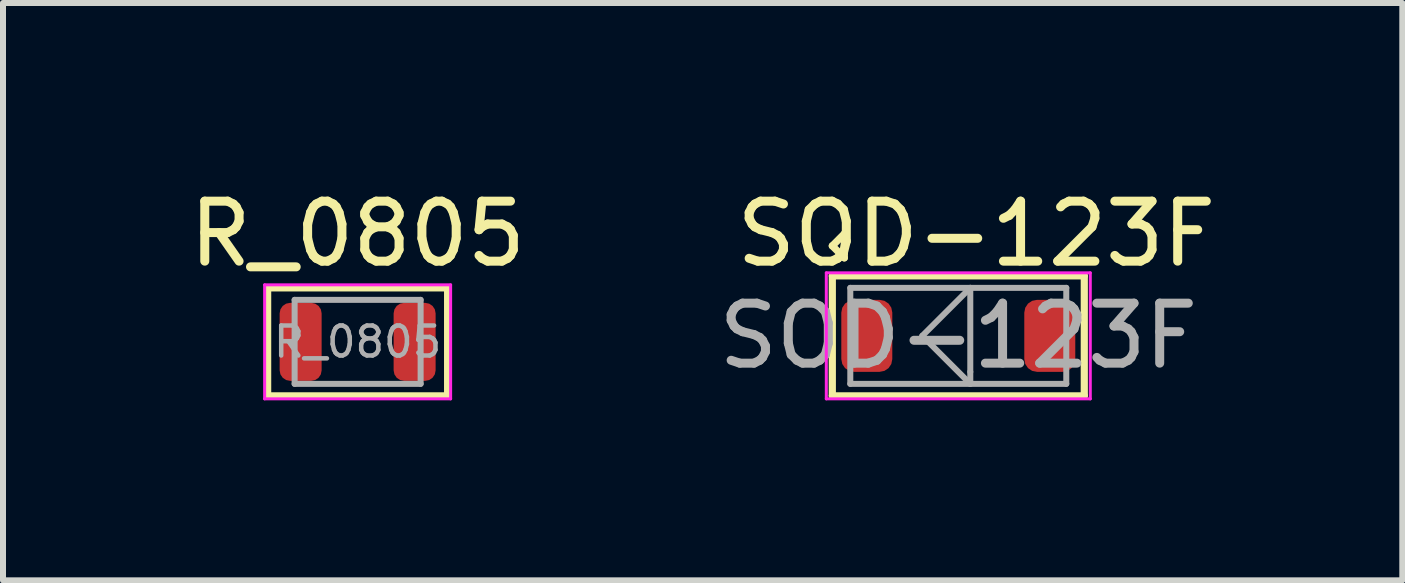
<source format=kicad_pcb>
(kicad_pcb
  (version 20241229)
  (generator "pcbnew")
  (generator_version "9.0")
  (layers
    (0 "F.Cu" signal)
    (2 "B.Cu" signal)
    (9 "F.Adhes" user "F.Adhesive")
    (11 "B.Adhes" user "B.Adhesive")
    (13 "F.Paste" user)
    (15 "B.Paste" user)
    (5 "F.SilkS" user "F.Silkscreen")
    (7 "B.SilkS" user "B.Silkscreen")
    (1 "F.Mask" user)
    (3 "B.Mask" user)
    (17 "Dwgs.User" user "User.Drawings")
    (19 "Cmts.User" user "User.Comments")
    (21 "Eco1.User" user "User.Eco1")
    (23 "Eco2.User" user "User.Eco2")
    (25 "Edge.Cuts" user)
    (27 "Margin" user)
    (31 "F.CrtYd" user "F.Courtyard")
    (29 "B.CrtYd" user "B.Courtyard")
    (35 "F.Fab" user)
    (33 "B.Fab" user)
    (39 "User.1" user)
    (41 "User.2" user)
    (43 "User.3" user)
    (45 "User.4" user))
  (footprint "SOD-123F"
    (layer "F.Cu")
    (at 12.923 2.548)
    (property "Reference" "SOD-123F" (at 0.3 -1.7 0) (layer "F.SilkS") (effects (font (size 1 1) (thickness 0.15))))
    (attr smd)
    (fp_line (start -2.1 -1.5) (end -1.9 -1.7) (stroke (width 0.12) (type solid)) (layer "F.SilkS"))
    (fp_line (start -2.1 -1) (end 2.1 -1) (stroke (width 0.12) (type solid)) (layer "F.SilkS"))
    (fp_line (start -2.1 1) (end -2.1 -1) (stroke (width 0.12) (type solid)) (layer "F.SilkS"))
    (fp_line (start -1.9 -1.7) (end -1.9 -1.3) (stroke (width 0.12) (type solid)) (layer "F.SilkS"))
    (fp_line (start -1.9 -1.3) (end -2.1 -1.5) (stroke (width 0.12) (type solid)) (layer "F.SilkS"))
    (fp_line (start 2.1 -1) (end 2.1 1) (stroke (width 0.12) (type solid)) (layer "F.SilkS"))
    (fp_line (start 2.1 1) (end -2.1 1) (stroke (width 0.12) (type solid)) (layer "F.SilkS"))
    (fp_line (start -2.2 -1.05) (end -2.2 1.05) (stroke (width 0.05) (type solid)) (layer "F.CrtYd"))
    (fp_line (start -2.2 -1.05) (end 2.2 -1.05) (stroke (width 0.05) (type solid)) (layer "F.CrtYd"))
    (fp_line (start -2.2 1.05) (end 2.2 1.05) (stroke (width 0.05) (type solid)) (layer "F.CrtYd"))
    (fp_line (start 2.2 -1.05) (end 2.2 1.05) (stroke (width 0.05) (type solid)) (layer "F.CrtYd"))
    (fp_line (start -1.8 -0.8) (end -1.8 0.8) (stroke (width 0.1) (type solid)) (layer "F.Fab"))
    (fp_line (start -1.8 -0.8) (end 1.8 -0.8) (stroke (width 0.1) (type solid)) (layer "F.Fab"))
    (fp_line (start -1.8 0.8) (end 1.8 0.8) (stroke (width 0.1) (type solid)) (layer "F.Fab"))
    (fp_line (start -0.6 0) (end 0.2 -0.8) (stroke (width 0.1) (type solid)) (layer "F.Fab"))
    (fp_line (start -0.6 0) (end 0.2 0.8) (stroke (width 0.1) (type solid)) (layer "F.Fab"))
    (fp_line (start 0.2 -0.8) (end 0.2 0.6) (stroke (width 0.1) (type solid)) (layer "F.Fab"))
    (fp_line (start 0.2 0.8) (end 0.2 0.6) (stroke (width 0.1) (type solid)) (layer "F.Fab"))
    (fp_line (start 1.8 -0.8) (end 1.8 0.8) (stroke (width 0.1) (type solid)) (layer "F.Fab"))
    (fp_text user "${REFERENCE}" (at 0 0 0) (layer "F.Fab") (effects (font (size 1 1) (thickness 0.15))))
    (pad "A" smd roundrect (at 1.525 0) (size 0.85 1.2) (layers "F.Cu" "F.Mask" "F.Paste") (roundrect_rratio 0.25))
    (pad "K" smd roundrect (at -1.525 0) (size 0.85 1.2) (layers "F.Cu" "F.Mask" "F.Paste") (roundrect_rratio 0.25)))
  (footprint "R_0805"
    (layer "F.Cu")
    (at 2.911 2.648)
    (property "Reference" "R_0805" (at 0 -1.8 0) (layer "F.SilkS") (effects (font (size 1 1) (thickness 0.15))))
    (attr smd)
    (fp_line (start -1.5 -0.9) (end 1.5 -0.9) (stroke (width 0.12) (type solid)) (layer "F.SilkS"))
    (fp_line (start -1.5 0.9) (end -1.5 -0.9) (stroke (width 0.12) (type solid)) (layer "F.SilkS"))
    (fp_line (start 1.5 -0.9) (end 1.5 0.9) (stroke (width 0.12) (type solid)) (layer "F.SilkS"))
    (fp_line (start 1.5 0.9) (end -1.5 0.9) (stroke (width 0.12) (type solid)) (layer "F.SilkS"))
    (fp_line (start -1.55 -0.95) (end -1.55 0.95) (stroke (width 0.05) (type solid)) (layer "F.CrtYd"))
    (fp_line (start -1.55 -0.95) (end 1.55 -0.95) (stroke (width 0.05) (type solid)) (layer "F.CrtYd"))
    (fp_line (start -1.55 0.95) (end 1.55 0.95) (stroke (width 0.05) (type solid)) (layer "F.CrtYd"))
    (fp_line (start 1.55 -0.95) (end 1.55 0.95) (stroke (width 0.05) (type solid)) (layer "F.CrtYd"))
    (fp_line (start -1.05 -0.7) (end -1.05 0.7) (stroke (width 0.1) (type solid)) (layer "F.Fab"))
    (fp_line (start -1.05 -0.7) (end 1.05 -0.7) (stroke (width 0.1) (type solid)) (layer "F.Fab"))
    (fp_line (start -1.05 0.7) (end 1.05 0.7) (stroke (width 0.1) (type solid)) (layer "F.Fab"))
    (fp_line (start 1.05 -0.7) (end 1.05 0.7) (stroke (width 0.1) (type solid)) (layer "F.Fab"))
    (fp_text user "${REFERENCE}" (at 0 0 0) (layer "F.Fab") (effects (font (size 0.5 0.5) (thickness 0.075))))
    (pad "1" smd roundrect (at -0.95 0) (size 0.7 1.3) (layers "F.Cu" "F.Mask" "F.Paste") (roundrect_rratio 0.25))
    (pad "2" smd roundrect (at 0.95 0) (size 0.7 1.3) (layers "F.Cu" "F.Mask" "F.Paste") (roundrect_rratio 0.25)))
  (gr_rect
    (start -3 -3)
    (end 20.324 6.623)
    (stroke (width 0.1) (type default))
    (fill no)
    (layer "Edge.Cuts")))
</source>
